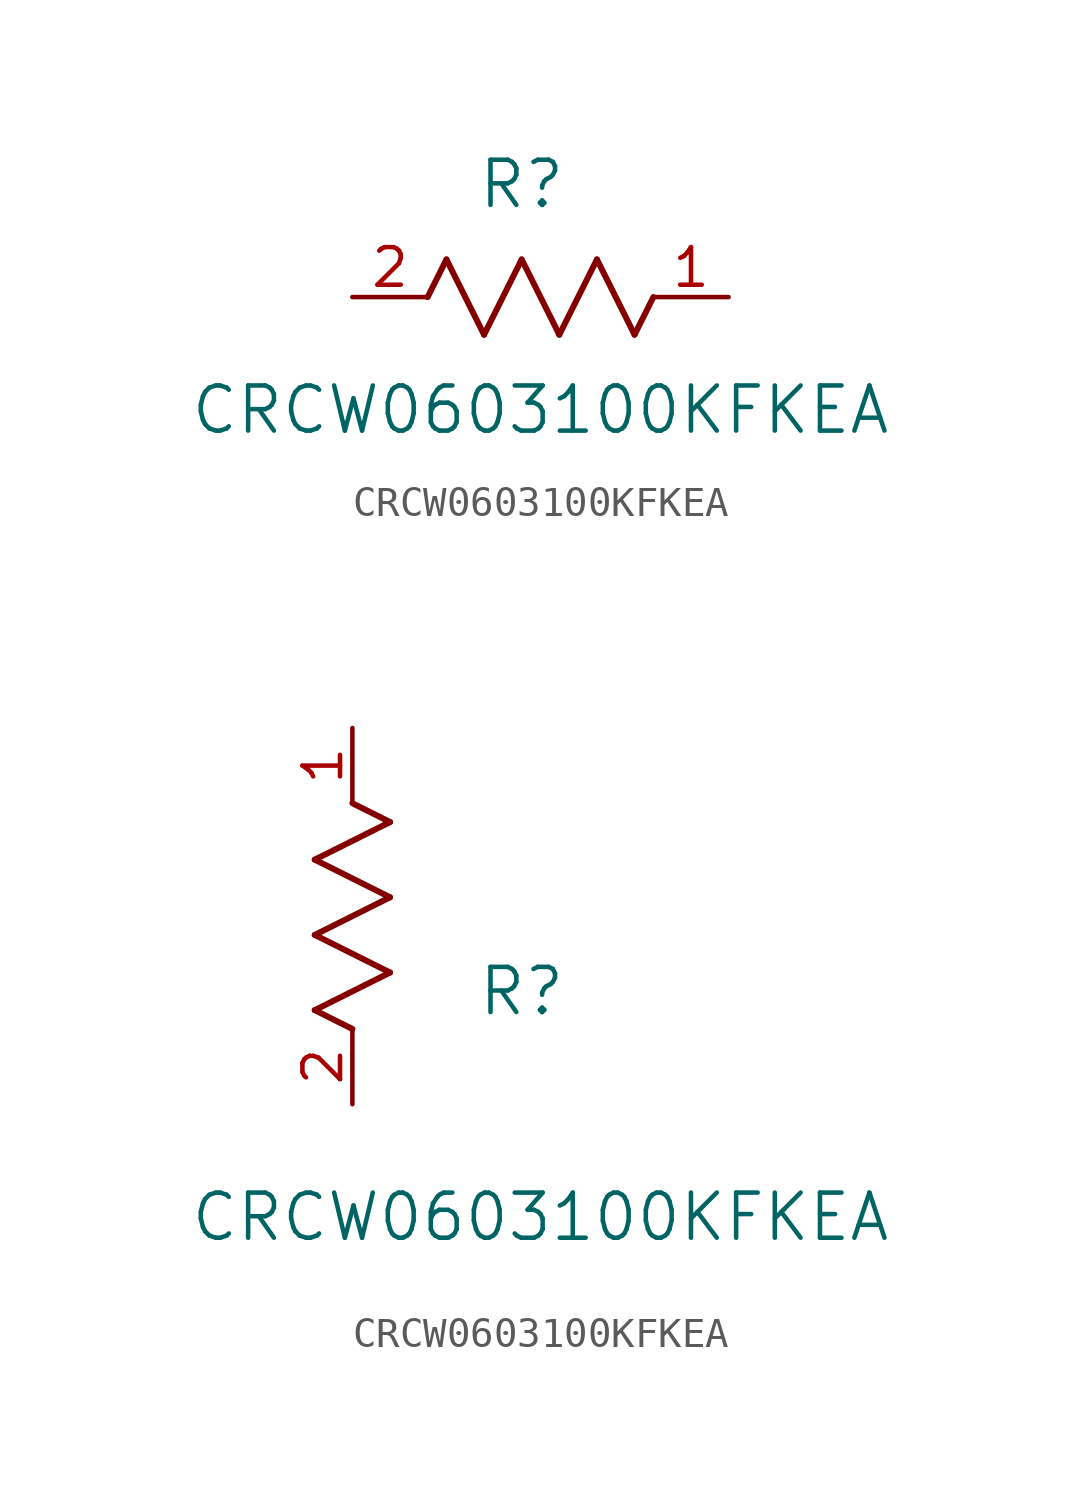
<source format=kicad_sym>
(kicad_symbol_lib
  (version 20211014)
  (generator kicad_symbol_editor)
  (symbol "CRCW0603100KFKEA"
    (pin_names
      (offset 0.254))
    (property "Reference" "R"
      (at 5.715 3.81 0)
      (effects (font (size 1.524 1.524))))
    (property "Value" "CRCW0603100KFKEA"
      (at 6.35 -3.81 0)
      (effects (font (size 1.524 1.524))))
    (symbol "CRCW0603100KFKEA_1_1"
      (polyline (pts (xy 3.175 1.27) (xy 4.445 -1.27)) (stroke (width 0.203) (type default) (color 0 0 0 0)) (fill (type none)))
      (polyline (pts (xy 4.445 -1.27) (xy 5.715 1.27)) (stroke (width 0.203) (type default) (color 0 0 0 0)) (fill (type none)))
      (polyline (pts (xy 5.715 1.27) (xy 6.985 -1.27)) (stroke (width 0.203) (type default) (color 0 0 0 0)) (fill (type none)))
      (polyline (pts (xy 6.985 -1.27) (xy 8.255 1.27)) (stroke (width 0.203) (type default) (color 0 0 0 0)) (fill (type none)))
      (polyline (pts (xy 8.255 1.27) (xy 9.525 -1.27)) (stroke (width 0.203) (type default) (color 0 0 0 0)) (fill (type none)))
      (polyline (pts (xy 2.54 0) (xy 3.175 1.27)) (stroke (width 0.203) (type default) (color 0 0 0 0)) (fill (type none)))
      (polyline (pts (xy 9.525 -1.27) (xy 10.16 0)) (stroke (width 0.203) (type default) (color 0 0 0 0)) (fill (type none)))
      (pin unspecified line (at 0 0 0) (length 2.54) (name "" (effects (font (size 1.27 1.27)))) (number "2" (effects (font (size 1.27 1.27)))))
      (pin unspecified line (at 12.7 0 180) (length 2.54) (name "" (effects (font (size 1.27 1.27)))) (number "1" (effects (font (size 1.27 1.27))))))
    (symbol "CRCW0603100KFKEA_1_2"
      (polyline (pts (xy 0 2.54) (xy -1.27 3.175)) (stroke (width 0.203) (type default) (color 0 0 0 0)) (fill (type none)))
      (polyline (pts (xy -1.27 3.175) (xy 1.27 4.445)) (stroke (width 0.203) (type default) (color 0 0 0 0)) (fill (type none)))
      (polyline (pts (xy 1.27 4.445) (xy -1.27 5.715)) (stroke (width 0.203) (type default) (color 0 0 0 0)) (fill (type none)))
      (polyline (pts (xy -1.27 5.715) (xy 1.27 6.985)) (stroke (width 0.203) (type default) (color 0 0 0 0)) (fill (type none)))
      (polyline (pts (xy -1.27 8.255) (xy 1.27 9.525)) (stroke (width 0.203) (type default) (color 0 0 0 0)) (fill (type none)))
      (polyline (pts (xy 1.27 9.525) (xy 0 10.16)) (stroke (width 0.203) (type default) (color 0 0 0 0)) (fill (type none)))
      (polyline (pts (xy 1.27 6.985) (xy -1.27 8.255)) (stroke (width 0.203) (type default) (color 0 0 0 0)) (fill (type none)))
      (pin unspecified line (at 0 0 90) (length 2.54) (name "" (effects (font (size 1.27 1.27)))) (number "2" (effects (font (size 1.27 1.27)))))
      (pin unspecified line (at 0 12.7 270) (length 2.54) (name "" (effects (font (size 1.27 1.27)))) (number "1" (effects (font (size 1.27 1.27))))))))
</source>
